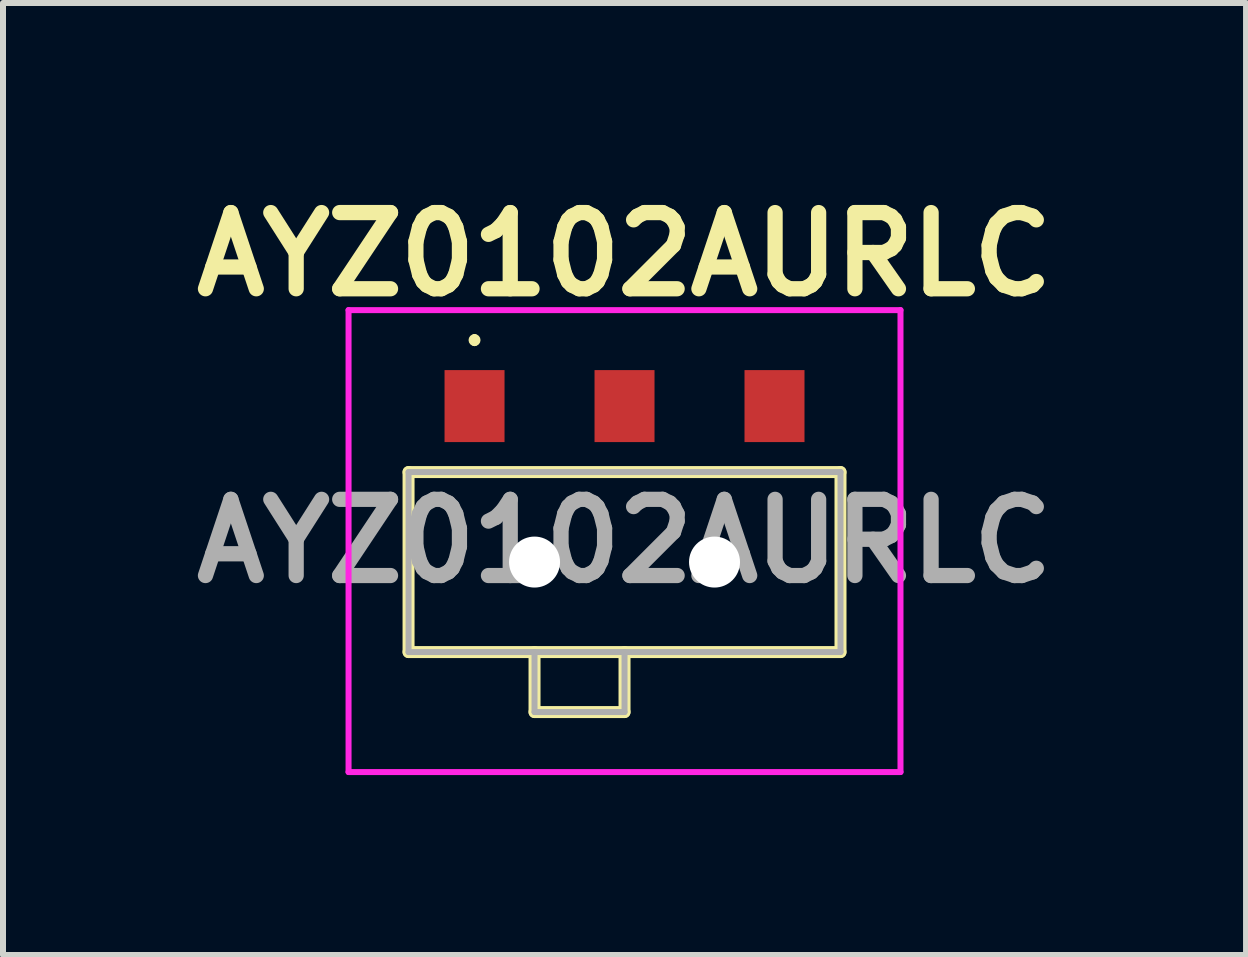
<source format=kicad_pcb>
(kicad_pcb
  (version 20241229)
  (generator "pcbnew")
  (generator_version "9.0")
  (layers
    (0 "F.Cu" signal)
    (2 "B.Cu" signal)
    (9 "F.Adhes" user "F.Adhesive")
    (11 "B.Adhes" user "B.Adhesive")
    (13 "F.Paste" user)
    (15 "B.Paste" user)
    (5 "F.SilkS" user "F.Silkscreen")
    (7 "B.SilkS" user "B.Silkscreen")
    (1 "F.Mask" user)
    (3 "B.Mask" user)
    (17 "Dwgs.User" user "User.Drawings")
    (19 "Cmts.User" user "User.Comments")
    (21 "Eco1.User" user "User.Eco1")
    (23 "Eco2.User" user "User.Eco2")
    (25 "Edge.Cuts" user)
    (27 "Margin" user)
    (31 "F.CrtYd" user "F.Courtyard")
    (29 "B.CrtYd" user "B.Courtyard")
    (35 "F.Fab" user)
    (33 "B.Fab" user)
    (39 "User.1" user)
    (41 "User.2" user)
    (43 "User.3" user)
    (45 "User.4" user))
  (footprint "AYZ0102AURLC"
    (layer "F.Cu")
    (at 7.36 6.269)
    (property "Reference" "AYZ0102AURLC" (at 0 -5.08 0) (layer "F.SilkS") (effects (font (size 1.27 1.27) (thickness 0.254))))
    (attr through_hole)
    (fp_line (start -3.6 -1.45) (end 3.6 -1.45) (stroke (width 0.2) (type solid)) (layer "F.SilkS"))
    (fp_line (start -3.6 1.55) (end -3.6 -1.45) (stroke (width 0.2) (type solid)) (layer "F.SilkS"))
    (fp_line (start -2.5 -3.7) (end -2.5 -3.7) (stroke (width 0.1) (type solid)) (layer "F.SilkS"))
    (fp_line (start -2.5 -3.6) (end -2.5 -3.6) (stroke (width 0.1) (type solid)) (layer "F.SilkS"))
    (fp_line (start -1.5 1.55) (end -1.5 2.55) (stroke (width 0.2) (type solid)) (layer "F.SilkS"))
    (fp_line (start -1.5 2.55) (end 0 2.55) (stroke (width 0.2) (type solid)) (layer "F.SilkS"))
    (fp_line (start 0 2.55) (end 0 1.55) (stroke (width 0.2) (type solid)) (layer "F.SilkS"))
    (fp_line (start 3.6 -1.45) (end 3.6 1.55) (stroke (width 0.2) (type solid)) (layer "F.SilkS"))
    (fp_line (start 3.6 1.55) (end -3.6 1.55) (stroke (width 0.2) (type solid)) (layer "F.SilkS"))
    (fp_arc (start -2.5 -3.7) (mid -2.45 -3.65) (end -2.5 -3.6) (stroke (width 0.1) (type solid)) (layer "F.SilkS"))
    (fp_arc (start -2.5 -3.6) (mid -2.55 -3.65) (end -2.5 -3.7) (stroke (width 0.1) (type solid)) (layer "F.SilkS"))
    (fp_line (start -4.6 -4.15) (end 4.6 -4.15) (stroke (width 0.1) (type solid)) (layer "F.CrtYd"))
    (fp_line (start -4.6 3.55) (end -4.6 -4.15) (stroke (width 0.1) (type solid)) (layer "F.CrtYd"))
    (fp_line (start 4.6 -4.15) (end 4.6 3.55) (stroke (width 0.1) (type solid)) (layer "F.CrtYd"))
    (fp_line (start 4.6 3.55) (end -4.6 3.55) (stroke (width 0.1) (type solid)) (layer "F.CrtYd"))
    (fp_line (start -3.6 -1.45) (end 3.6 -1.45) (stroke (width 0.1) (type solid)) (layer "F.Fab"))
    (fp_line (start -3.6 1.55) (end -3.6 -1.45) (stroke (width 0.1) (type solid)) (layer "F.Fab"))
    (fp_line (start -1.5 2.55) (end -1.5 1.55) (stroke (width 0.1) (type solid)) (layer "F.Fab"))
    (fp_line (start 0 1.55) (end 0 2.55) (stroke (width 0.1) (type solid)) (layer "F.Fab"))
    (fp_line (start 0 2.55) (end -1.5 2.55) (stroke (width 0.1) (type solid)) (layer "F.Fab"))
    (fp_line (start 3.6 -1.45) (end 3.6 1.55) (stroke (width 0.1) (type solid)) (layer "F.Fab"))
    (fp_line (start 3.6 1.55) (end -3.6 1.55) (stroke (width 0.1) (type solid)) (layer "F.Fab"))
    (fp_text user "${REFERENCE}" (at 0 -0.3 0) (layer "F.Fab") (effects (font (size 1.27 1.27) (thickness 0.254))))
    (pad "" np_thru_hole circle (at -1.5 0.05) (size 0.85 0.85) (drill 0.85) (layers "*.Cu" "*.Mask"))
    (pad "" np_thru_hole circle (at 1.5 0.05) (size 0.85 0.85) (drill 0.85) (layers "*.Cu" "*.Mask"))
    (pad "1" smd rect (at -2.5 -2.55) (size 1 1.2) (layers "F.Cu" "F.Mask" "F.Paste"))
    (pad "2" smd rect (at 0 -2.55) (size 1 1.2) (layers "F.Cu" "F.Mask" "F.Paste"))
    (pad "3" smd rect (at 2.5 -2.55) (size 1 1.2) (layers "F.Cu" "F.Mask" "F.Paste")))
  (gr_rect
    (start -3 -3)
    (end 17.72 12.869)
    (stroke (width 0.1) (type default))
    (fill no)
    (layer "Edge.Cuts")))
</source>
